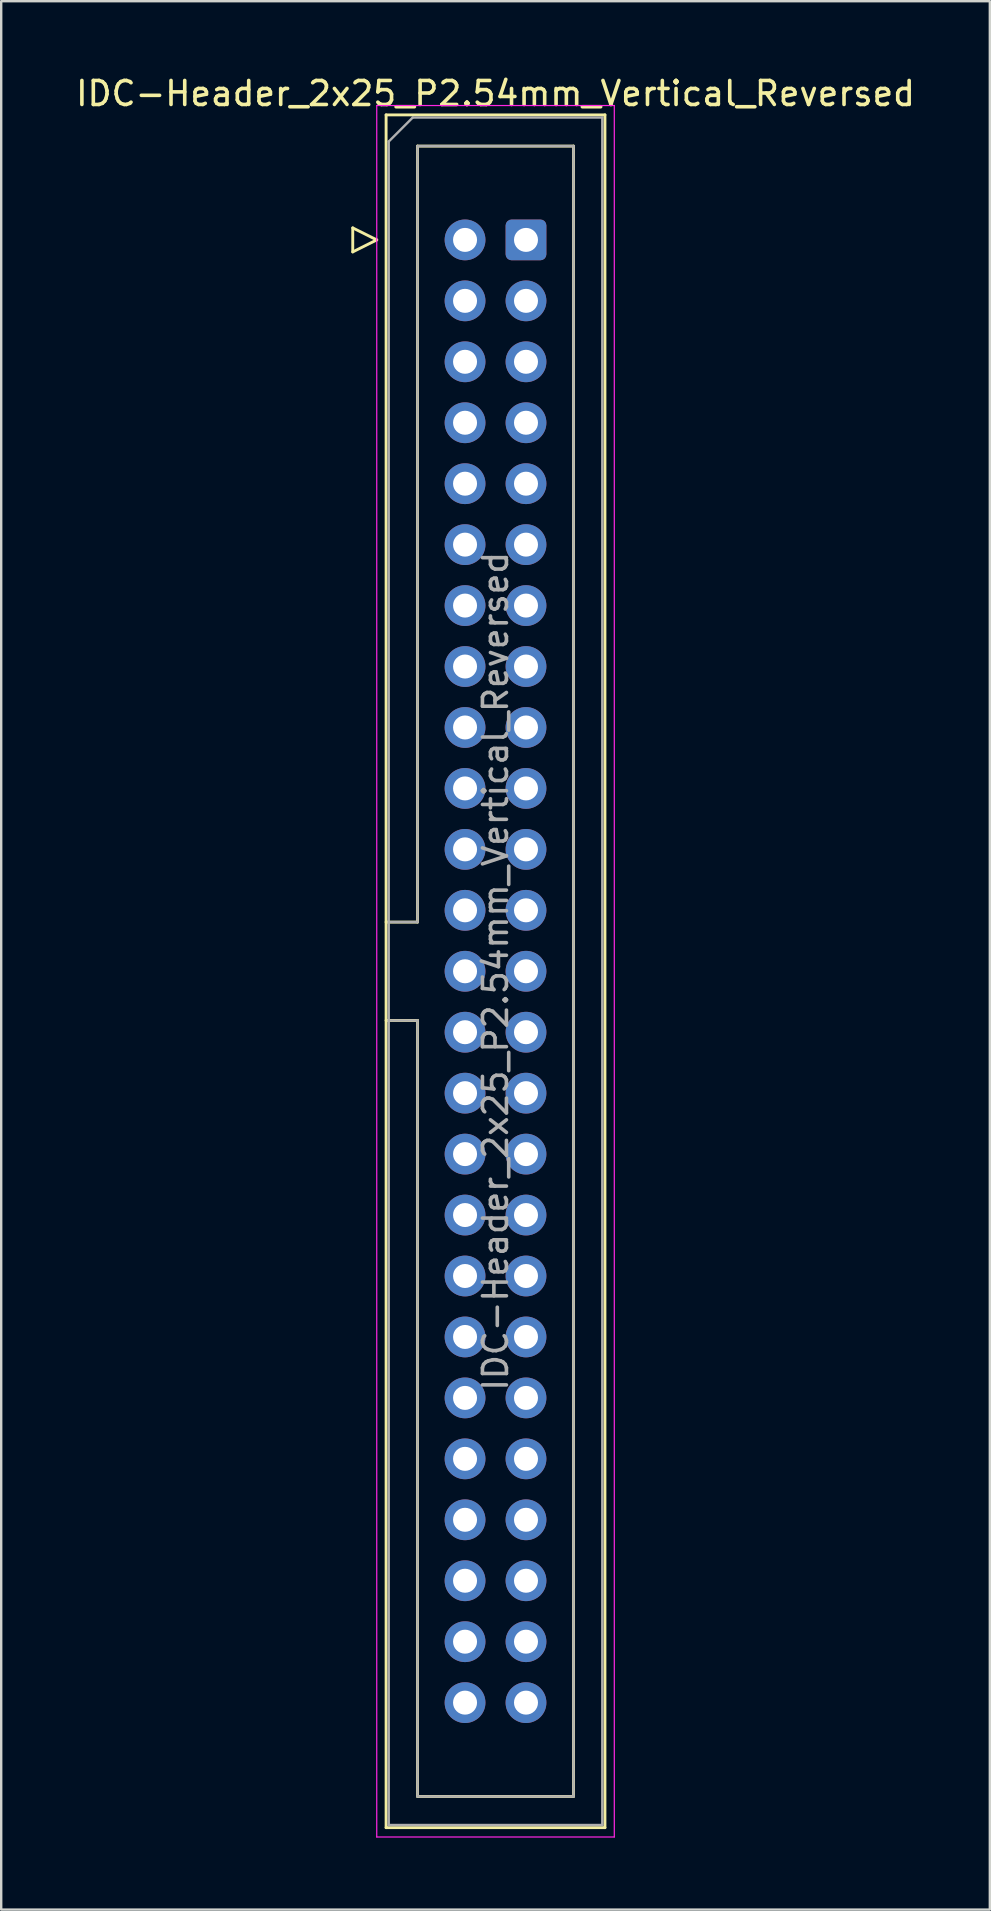
<source format=kicad_pcb>
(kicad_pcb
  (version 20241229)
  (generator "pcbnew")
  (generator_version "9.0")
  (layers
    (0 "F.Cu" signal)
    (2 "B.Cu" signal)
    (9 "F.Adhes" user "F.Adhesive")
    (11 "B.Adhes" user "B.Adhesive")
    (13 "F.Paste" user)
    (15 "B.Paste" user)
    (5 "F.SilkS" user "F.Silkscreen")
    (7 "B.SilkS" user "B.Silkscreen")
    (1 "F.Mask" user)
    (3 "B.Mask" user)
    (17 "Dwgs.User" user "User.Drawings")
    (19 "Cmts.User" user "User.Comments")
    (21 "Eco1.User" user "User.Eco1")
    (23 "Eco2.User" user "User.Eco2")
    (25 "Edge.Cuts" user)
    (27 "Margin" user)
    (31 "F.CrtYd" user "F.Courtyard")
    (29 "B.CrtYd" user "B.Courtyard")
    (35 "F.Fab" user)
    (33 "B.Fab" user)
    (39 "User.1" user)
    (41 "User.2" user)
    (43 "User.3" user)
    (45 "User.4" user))
  (footprint "IDC-Header_2x25_P2.54mm_Vertical_Reversed"
    (layer "F.Cu")
    (at 16.331 6.948)
    (property "Reference" "IDC-Header_2x25_P2.54mm_Vertical_Reversed" (at 1.27 -6.1 0) (layer "F.SilkS") (effects (font (size 1 1) (thickness 0.15))))
    (attr through_hole)
    (fp_line (start -4.68 -0.5) (end -4.68 0.5) (stroke (width 0.12) (type solid)) (layer "F.SilkS"))
    (fp_line (start -4.68 0.5) (end -3.68 0) (stroke (width 0.12) (type solid)) (layer "F.SilkS"))
    (fp_line (start -3.68 0) (end -4.68 -0.5) (stroke (width 0.12) (type solid)) (layer "F.SilkS"))
    (fp_line (start -3.29 -5.21) (end 5.83 -5.21) (stroke (width 0.12) (type solid)) (layer "F.SilkS"))
    (fp_line (start -3.29 28.43) (end -1.98 28.43) (stroke (width 0.12) (type solid)) (layer "F.SilkS"))
    (fp_line (start -3.29 66.17) (end -3.29 -5.21) (stroke (width 0.12) (type solid)) (layer "F.SilkS"))
    (fp_line (start -1.98 -3.91) (end 4.52 -3.91) (stroke (width 0.12) (type solid)) (layer "F.SilkS"))
    (fp_line (start -1.98 28.43) (end -1.98 -3.91) (stroke (width 0.12) (type solid)) (layer "F.SilkS"))
    (fp_line (start -1.98 32.53) (end -3.29 32.53) (stroke (width 0.12) (type solid)) (layer "F.SilkS"))
    (fp_line (start -1.98 64.87) (end -1.98 32.53) (stroke (width 0.12) (type solid)) (layer "F.SilkS"))
    (fp_line (start 4.52 -3.91) (end 4.52 64.87) (stroke (width 0.12) (type solid)) (layer "F.SilkS"))
    (fp_line (start 4.52 64.87) (end -1.98 64.87) (stroke (width 0.12) (type solid)) (layer "F.SilkS"))
    (fp_line (start 5.83 -5.21) (end 5.83 66.17) (stroke (width 0.12) (type solid)) (layer "F.SilkS"))
    (fp_line (start 5.83 66.17) (end -3.29 66.17) (stroke (width 0.12) (type solid)) (layer "F.SilkS"))
    (fp_line (start -3.68 -5.6) (end -3.68 66.56) (stroke (width 0.05) (type solid)) (layer "F.CrtYd"))
    (fp_line (start -3.68 66.56) (end 6.22 66.56) (stroke (width 0.05) (type solid)) (layer "F.CrtYd"))
    (fp_line (start 6.22 -5.6) (end -3.68 -5.6) (stroke (width 0.05) (type solid)) (layer "F.CrtYd"))
    (fp_line (start 6.22 66.56) (end 6.22 -5.6) (stroke (width 0.05) (type solid)) (layer "F.CrtYd"))
    (fp_line (start -3.18 -4.1) (end -2.18 -5.1) (stroke (width 0.1) (type solid)) (layer "F.Fab"))
    (fp_line (start -3.18 28.43) (end -1.98 28.43) (stroke (width 0.1) (type solid)) (layer "F.Fab"))
    (fp_line (start -3.18 66.06) (end -3.18 -4.1) (stroke (width 0.1) (type solid)) (layer "F.Fab"))
    (fp_line (start -2.18 -5.1) (end 5.72 -5.1) (stroke (width 0.1) (type solid)) (layer "F.Fab"))
    (fp_line (start -1.98 -3.91) (end 4.52 -3.91) (stroke (width 0.1) (type solid)) (layer "F.Fab"))
    (fp_line (start -1.98 28.43) (end -1.98 -3.91) (stroke (width 0.1) (type solid)) (layer "F.Fab"))
    (fp_line (start -1.98 32.53) (end -3.18 32.53) (stroke (width 0.1) (type solid)) (layer "F.Fab"))
    (fp_line (start -1.98 64.87) (end -1.98 32.53) (stroke (width 0.1) (type solid)) (layer "F.Fab"))
    (fp_line (start 4.52 -3.91) (end 4.52 64.87) (stroke (width 0.1) (type solid)) (layer "F.Fab"))
    (fp_line (start 4.52 64.87) (end -1.98 64.87) (stroke (width 0.1) (type solid)) (layer "F.Fab"))
    (fp_line (start 5.72 -5.1) (end 5.72 66.06) (stroke (width 0.1) (type solid)) (layer "F.Fab"))
    (fp_line (start 5.72 66.06) (end -3.18 66.06) (stroke (width 0.1) (type solid)) (layer "F.Fab"))
    (fp_text user "${REFERENCE}" (at 1.27 30.48 90) (layer "F.Fab") (effects (font (size 1 1) (thickness 0.15))))
    (pad "1" thru_hole roundrect (at 2.54 0 180) (size 1.7 1.7) (drill 1) (layers "*.Cu" "*.Mask") (roundrect_rratio 0.147))
    (pad "2" thru_hole circle (at 0 0 180) (size 1.7 1.7) (drill 1) (layers "*.Cu" "*.Mask"))
    (pad "3" thru_hole circle (at 2.54 2.54 180) (size 1.7 1.7) (drill 1) (layers "*.Cu" "*.Mask"))
    (pad "4" thru_hole circle (at 0 2.54 180) (size 1.7 1.7) (drill 1) (layers "*.Cu" "*.Mask"))
    (pad "5" thru_hole circle (at 2.54 5.08 180) (size 1.7 1.7) (drill 1) (layers "*.Cu" "*.Mask"))
    (pad "6" thru_hole circle (at 0 5.08 180) (size 1.7 1.7) (drill 1) (layers "*.Cu" "*.Mask"))
    (pad "7" thru_hole circle (at 2.54 7.62 180) (size 1.7 1.7) (drill 1) (layers "*.Cu" "*.Mask"))
    (pad "8" thru_hole circle (at 0 7.62 180) (size 1.7 1.7) (drill 1) (layers "*.Cu" "*.Mask"))
    (pad "9" thru_hole circle (at 2.54 10.16 180) (size 1.7 1.7) (drill 1) (layers "*.Cu" "*.Mask"))
    (pad "10" thru_hole circle (at 0 10.16 180) (size 1.7 1.7) (drill 1) (layers "*.Cu" "*.Mask"))
    (pad "11" thru_hole circle (at 2.54 12.7 180) (size 1.7 1.7) (drill 1) (layers "*.Cu" "*.Mask"))
    (pad "12" thru_hole circle (at 0 12.7 180) (size 1.7 1.7) (drill 1) (layers "*.Cu" "*.Mask"))
    (pad "13" thru_hole circle (at 2.54 15.24 180) (size 1.7 1.7) (drill 1) (layers "*.Cu" "*.Mask"))
    (pad "14" thru_hole circle (at 0 15.24 180) (size 1.7 1.7) (drill 1) (layers "*.Cu" "*.Mask"))
    (pad "15" thru_hole circle (at 2.54 17.78 180) (size 1.7 1.7) (drill 1) (layers "*.Cu" "*.Mask"))
    (pad "16" thru_hole circle (at 0 17.78 180) (size 1.7 1.7) (drill 1) (layers "*.Cu" "*.Mask"))
    (pad "17" thru_hole circle (at 2.54 20.32 180) (size 1.7 1.7) (drill 1) (layers "*.Cu" "*.Mask"))
    (pad "18" thru_hole circle (at 0 20.32 180) (size 1.7 1.7) (drill 1) (layers "*.Cu" "*.Mask"))
    (pad "19" thru_hole circle (at 2.54 22.86 180) (size 1.7 1.7) (drill 1) (layers "*.Cu" "*.Mask"))
    (pad "20" thru_hole circle (at 0 22.86 180) (size 1.7 1.7) (drill 1) (layers "*.Cu" "*.Mask"))
    (pad "21" thru_hole circle (at 2.54 25.4 180) (size 1.7 1.7) (drill 1) (layers "*.Cu" "*.Mask"))
    (pad "22" thru_hole circle (at 0 25.4 180) (size 1.7 1.7) (drill 1) (layers "*.Cu" "*.Mask"))
    (pad "23" thru_hole circle (at 2.54 27.94 180) (size 1.7 1.7) (drill 1) (layers "*.Cu" "*.Mask"))
    (pad "24" thru_hole circle (at 0 27.94 180) (size 1.7 1.7) (drill 1) (layers "*.Cu" "*.Mask"))
    (pad "25" thru_hole circle (at 2.54 30.48 180) (size 1.7 1.7) (drill 1) (layers "*.Cu" "*.Mask"))
    (pad "26" thru_hole circle (at 0 30.48 180) (size 1.7 1.7) (drill 1) (layers "*.Cu" "*.Mask"))
    (pad "27" thru_hole circle (at 2.54 33.02 180) (size 1.7 1.7) (drill 1) (layers "*.Cu" "*.Mask"))
    (pad "28" thru_hole circle (at 0 33.02 180) (size 1.7 1.7) (drill 1) (layers "*.Cu" "*.Mask"))
    (pad "29" thru_hole circle (at 2.54 35.56 180) (size 1.7 1.7) (drill 1) (layers "*.Cu" "*.Mask"))
    (pad "30" thru_hole circle (at 0 35.56 180) (size 1.7 1.7) (drill 1) (layers "*.Cu" "*.Mask"))
    (pad "31" thru_hole circle (at 2.54 38.1 180) (size 1.7 1.7) (drill 1) (layers "*.Cu" "*.Mask"))
    (pad "32" thru_hole circle (at 0 38.1 180) (size 1.7 1.7) (drill 1) (layers "*.Cu" "*.Mask"))
    (pad "33" thru_hole circle (at 2.54 40.64 180) (size 1.7 1.7) (drill 1) (layers "*.Cu" "*.Mask"))
    (pad "34" thru_hole circle (at 0 40.64 180) (size 1.7 1.7) (drill 1) (layers "*.Cu" "*.Mask"))
    (pad "35" thru_hole circle (at 2.54 43.18 180) (size 1.7 1.7) (drill 1) (layers "*.Cu" "*.Mask"))
    (pad "36" thru_hole circle (at 0 43.18 180) (size 1.7 1.7) (drill 1) (layers "*.Cu" "*.Mask"))
    (pad "37" thru_hole circle (at 2.54 45.72 180) (size 1.7 1.7) (drill 1) (layers "*.Cu" "*.Mask"))
    (pad "38" thru_hole circle (at 0 45.72 180) (size 1.7 1.7) (drill 1) (layers "*.Cu" "*.Mask"))
    (pad "39" thru_hole circle (at 2.54 48.26 180) (size 1.7 1.7) (drill 1) (layers "*.Cu" "*.Mask"))
    (pad "40" thru_hole circle (at 0 48.26 180) (size 1.7 1.7) (drill 1) (layers "*.Cu" "*.Mask"))
    (pad "41" thru_hole circle (at 2.54 50.8 180) (size 1.7 1.7) (drill 1) (layers "*.Cu" "*.Mask"))
    (pad "42" thru_hole circle (at 0 50.8 180) (size 1.7 1.7) (drill 1) (layers "*.Cu" "*.Mask"))
    (pad "43" thru_hole circle (at 2.54 53.34 180) (size 1.7 1.7) (drill 1) (layers "*.Cu" "*.Mask"))
    (pad "44" thru_hole circle (at 0 53.34 180) (size 1.7 1.7) (drill 1) (layers "*.Cu" "*.Mask"))
    (pad "45" thru_hole circle (at 2.54 55.88 180) (size 1.7 1.7) (drill 1) (layers "*.Cu" "*.Mask"))
    (pad "46" thru_hole circle (at 0 55.88 180) (size 1.7 1.7) (drill 1) (layers "*.Cu" "*.Mask"))
    (pad "47" thru_hole circle (at 2.54 58.42 180) (size 1.7 1.7) (drill 1) (layers "*.Cu" "*.Mask"))
    (pad "48" thru_hole circle (at 0 58.42 180) (size 1.7 1.7) (drill 1) (layers "*.Cu" "*.Mask"))
    (pad "49" thru_hole circle (at 2.54 60.96 180) (size 1.7 1.7) (drill 1) (layers "*.Cu" "*.Mask"))
    (pad "50" thru_hole circle (at 0 60.96 180) (size 1.7 1.7) (drill 1) (layers "*.Cu" "*.Mask")))
  (gr_rect
    (start -3 -3)
    (end 38.202 76.533)
    (stroke (width 0.1) (type default))
    (fill no)
    (layer "Edge.Cuts")))
</source>
